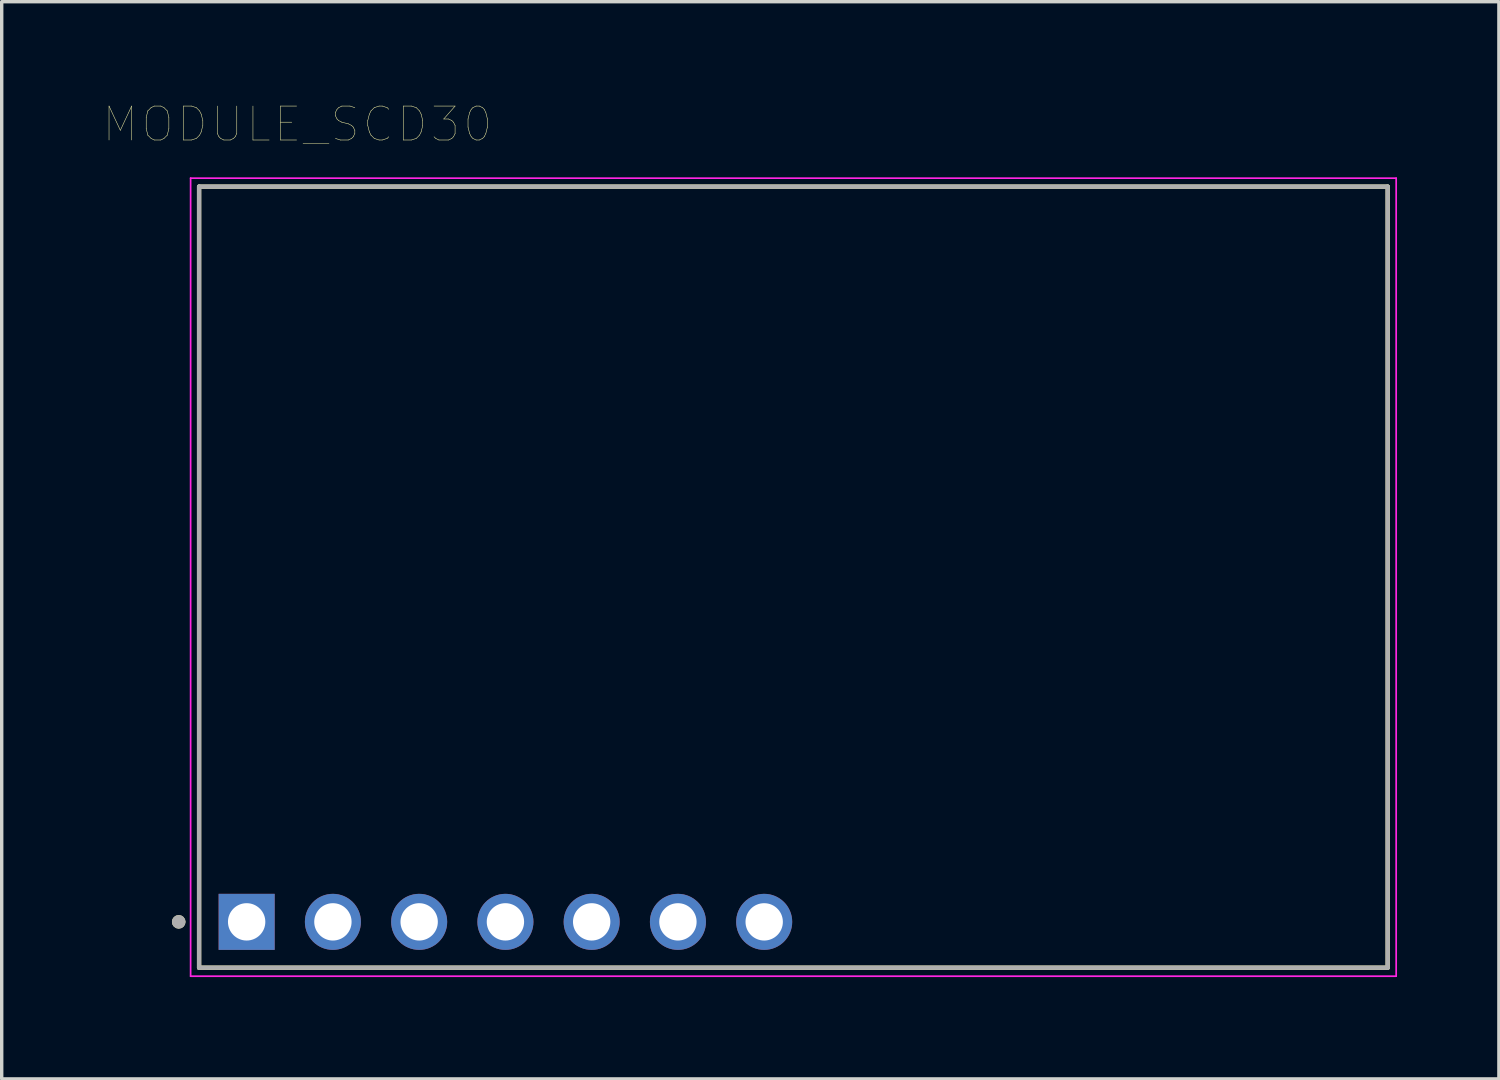
<source format=kicad_pcb>
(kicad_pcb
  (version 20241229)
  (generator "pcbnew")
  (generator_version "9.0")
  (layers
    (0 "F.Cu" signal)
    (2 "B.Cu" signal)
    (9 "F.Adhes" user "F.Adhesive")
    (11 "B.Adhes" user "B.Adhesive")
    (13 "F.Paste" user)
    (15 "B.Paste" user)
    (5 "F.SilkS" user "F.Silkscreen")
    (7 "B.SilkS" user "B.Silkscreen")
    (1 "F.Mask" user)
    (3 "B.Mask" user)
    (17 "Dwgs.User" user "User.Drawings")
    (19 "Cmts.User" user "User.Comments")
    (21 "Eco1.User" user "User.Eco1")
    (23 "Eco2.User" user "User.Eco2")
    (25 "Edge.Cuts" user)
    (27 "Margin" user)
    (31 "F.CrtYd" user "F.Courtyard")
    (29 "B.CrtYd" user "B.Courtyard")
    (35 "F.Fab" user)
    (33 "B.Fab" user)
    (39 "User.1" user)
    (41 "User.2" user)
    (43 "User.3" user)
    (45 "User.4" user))
  (footprint "MODULE_SCD30"
    (layer "F.Cu")
    (at 4.213 24.096)
    (property "Reference" "MODULE_SCD30" (at 1.495 -23.485 0) (layer "F.SilkS") (effects (font (size 1 1) (thickness 0.015))))
    (attr through_hole)
    (fp_line (start -1.4 -21.65) (end 33.6 -21.65) (stroke (width 0.127) (type solid)) (layer "F.SilkS"))
    (fp_line (start -1.4 1.35) (end -1.4 -21.65) (stroke (width 0.127) (type solid)) (layer "F.SilkS"))
    (fp_line (start 33.6 -21.65) (end 33.6 1.35) (stroke (width 0.127) (type solid)) (layer "F.SilkS"))
    (fp_line (start 33.6 1.35) (end -1.4 1.35) (stroke (width 0.127) (type solid)) (layer "F.SilkS"))
    (fp_circle (center -2 0) (end -1.9 0) (stroke (width 0.2) (type solid)) (fill no) (layer "F.SilkS"))
    (fp_line (start -1.65 -21.9) (end 33.85 -21.9) (stroke (width 0.05) (type solid)) (layer "F.CrtYd"))
    (fp_line (start -1.65 1.6) (end -1.65 -21.9) (stroke (width 0.05) (type solid)) (layer "F.CrtYd"))
    (fp_line (start 33.85 -21.9) (end 33.85 1.6) (stroke (width 0.05) (type solid)) (layer "F.CrtYd"))
    (fp_line (start 33.85 1.6) (end -1.65 1.6) (stroke (width 0.05) (type solid)) (layer "F.CrtYd"))
    (fp_line (start -1.4 -21.65) (end 33.6 -21.65) (stroke (width 0.127) (type solid)) (layer "F.Fab"))
    (fp_line (start -1.4 1.35) (end -1.4 -21.65) (stroke (width 0.127) (type solid)) (layer "F.Fab"))
    (fp_line (start 33.6 -21.65) (end 33.6 1.35) (stroke (width 0.127) (type solid)) (layer "F.Fab"))
    (fp_line (start 33.6 1.35) (end -1.4 1.35) (stroke (width 0.127) (type solid)) (layer "F.Fab"))
    (fp_circle (center -2 0) (end -1.9 0) (stroke (width 0.2) (type solid)) (fill no) (layer "F.Fab"))
    (pad "1" thru_hole rect (at 0 0) (size 1.65 1.65) (drill 1.1) (layers "*.Cu" "*.Mask"))
    (pad "2" thru_hole circle (at 2.54 0) (size 1.65 1.65) (drill 1.1) (layers "*.Cu" "*.Mask"))
    (pad "3" thru_hole circle (at 5.08 0) (size 1.65 1.65) (drill 1.1) (layers "*.Cu" "*.Mask"))
    (pad "4" thru_hole circle (at 7.62 0) (size 1.65 1.65) (drill 1.1) (layers "*.Cu" "*.Mask"))
    (pad "5" thru_hole circle (at 10.16 0) (size 1.65 1.65) (drill 1.1) (layers "*.Cu" "*.Mask"))
    (pad "6" thru_hole circle (at 12.7 0) (size 1.65 1.65) (drill 1.1) (layers "*.Cu" "*.Mask"))
    (pad "7" thru_hole circle (at 15.24 0) (size 1.65 1.65) (drill 1.1) (layers "*.Cu" "*.Mask")))
  (gr_rect
    (start -3 -3)
    (end 41.088 28.721)
    (stroke (width 0.1) (type default))
    (fill no)
    (layer "Edge.Cuts")))
</source>
